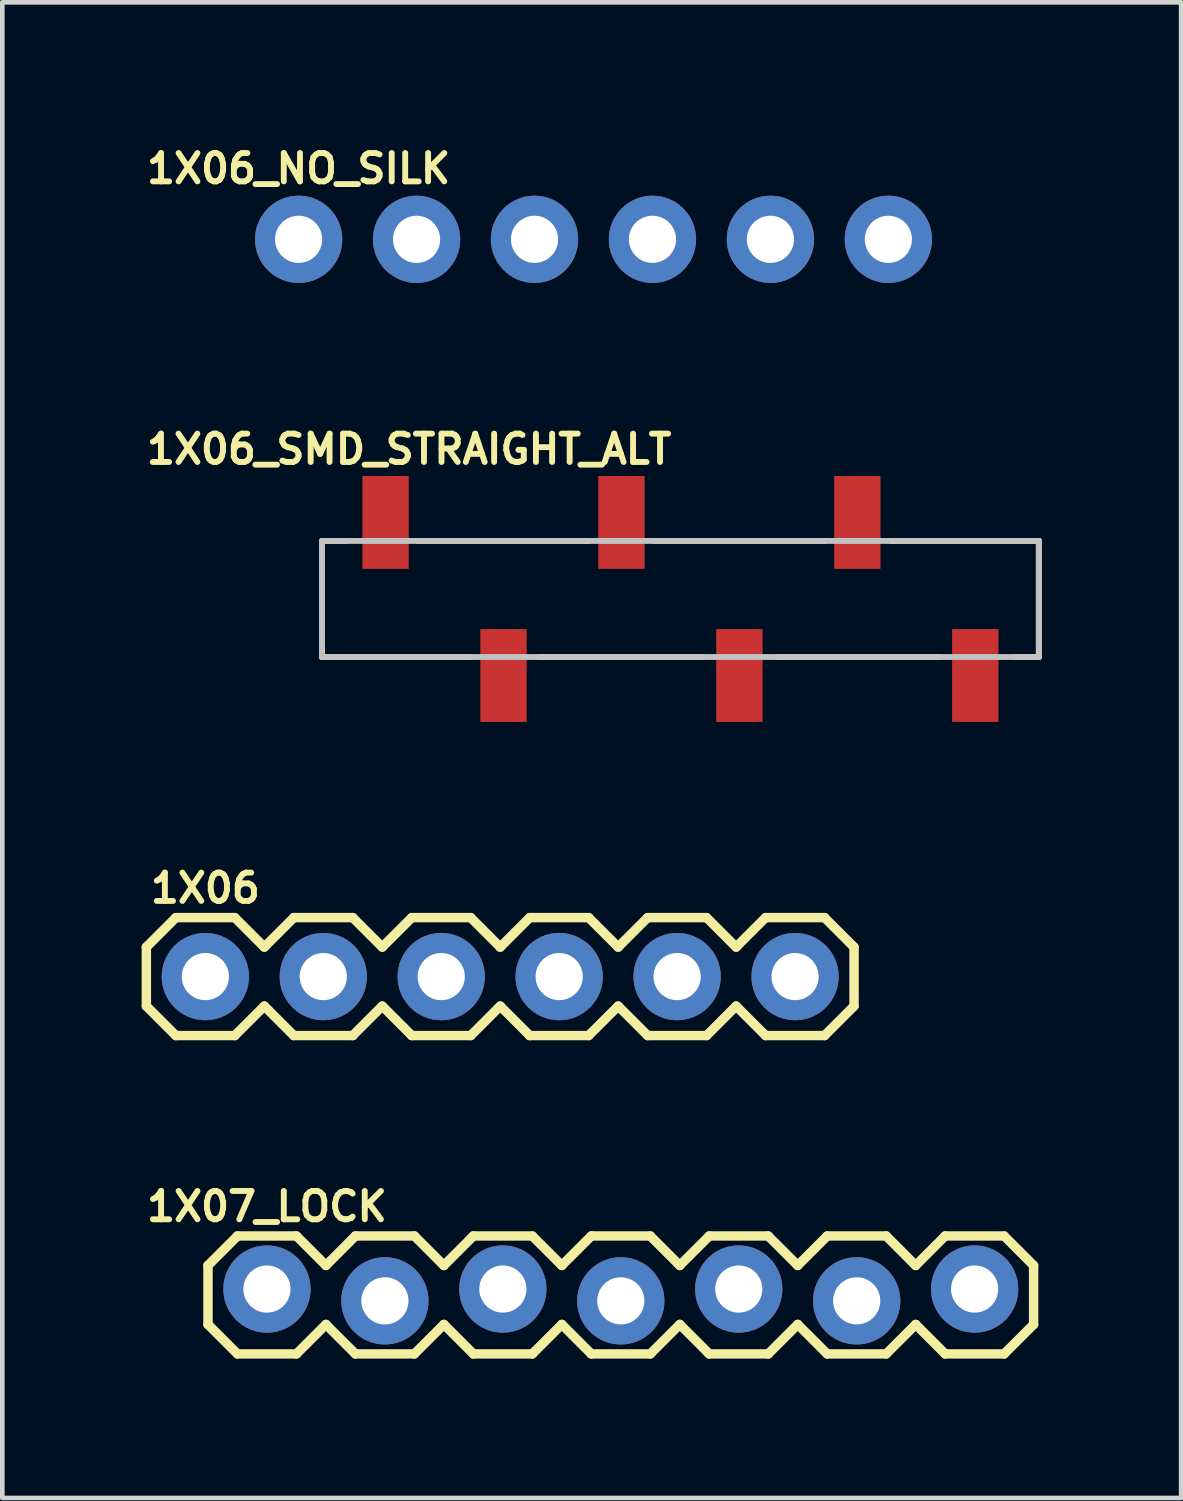
<source format=kicad_pcb>
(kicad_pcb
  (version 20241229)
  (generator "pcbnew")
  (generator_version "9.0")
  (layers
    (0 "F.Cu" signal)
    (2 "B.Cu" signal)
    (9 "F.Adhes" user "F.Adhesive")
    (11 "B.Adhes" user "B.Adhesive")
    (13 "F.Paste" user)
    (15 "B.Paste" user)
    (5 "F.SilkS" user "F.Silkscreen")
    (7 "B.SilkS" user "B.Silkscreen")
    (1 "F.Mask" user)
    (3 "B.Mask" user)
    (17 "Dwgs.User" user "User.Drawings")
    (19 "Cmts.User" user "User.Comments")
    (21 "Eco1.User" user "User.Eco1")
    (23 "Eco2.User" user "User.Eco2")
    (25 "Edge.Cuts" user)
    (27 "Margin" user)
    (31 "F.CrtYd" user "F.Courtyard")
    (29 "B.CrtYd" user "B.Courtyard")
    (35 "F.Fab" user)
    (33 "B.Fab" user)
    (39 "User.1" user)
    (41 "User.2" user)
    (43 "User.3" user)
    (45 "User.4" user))
  (footprint "1X06"
    (layer "F.Cu")
    (at 1.372 17.981)
    (property "Reference" "1X06" (at 0 -1.905 0) (layer "F.SilkS") (effects (font (size 0.61 0.61) (thickness 0.127))))
    (attr exclude_from_pos_files exclude_from_bom)
    (fp_line (start -1.27 -0.635) (end -1.27 0.635) (stroke (width 0.203) (type solid)) (layer "F.SilkS"))
    (fp_line (start -1.27 0.635) (end -0.635 1.27) (stroke (width 0.203) (type solid)) (layer "F.SilkS"))
    (fp_line (start -0.635 -1.27) (end -1.27 -0.635) (stroke (width 0.203) (type solid)) (layer "F.SilkS"))
    (fp_line (start -0.635 -1.27) (end 0.635 -1.27) (stroke (width 0.203) (type solid)) (layer "F.SilkS"))
    (fp_line (start 0.635 -1.27) (end 1.27 -0.635) (stroke (width 0.203) (type solid)) (layer "F.SilkS"))
    (fp_line (start 0.635 1.27) (end -0.635 1.27) (stroke (width 0.203) (type solid)) (layer "F.SilkS"))
    (fp_line (start 1.27 -0.635) (end 1.905 -1.27) (stroke (width 0.203) (type solid)) (layer "F.SilkS"))
    (fp_line (start 1.27 0.635) (end 0.635 1.27) (stroke (width 0.203) (type solid)) (layer "F.SilkS"))
    (fp_line (start 1.905 -1.27) (end 3.175 -1.27) (stroke (width 0.203) (type solid)) (layer "F.SilkS"))
    (fp_line (start 1.905 1.27) (end 1.27 0.635) (stroke (width 0.203) (type solid)) (layer "F.SilkS"))
    (fp_line (start 3.175 -1.27) (end 3.81 -0.635) (stroke (width 0.203) (type solid)) (layer "F.SilkS"))
    (fp_line (start 3.175 1.27) (end 1.905 1.27) (stroke (width 0.203) (type solid)) (layer "F.SilkS"))
    (fp_line (start 3.81 -0.635) (end 4.445 -1.27) (stroke (width 0.203) (type solid)) (layer "F.SilkS"))
    (fp_line (start 3.81 0.635) (end 3.175 1.27) (stroke (width 0.203) (type solid)) (layer "F.SilkS"))
    (fp_line (start 4.445 -1.27) (end 5.715 -1.27) (stroke (width 0.203) (type solid)) (layer "F.SilkS"))
    (fp_line (start 4.445 1.27) (end 3.81 0.635) (stroke (width 0.203) (type solid)) (layer "F.SilkS"))
    (fp_line (start 5.715 -1.27) (end 6.35 -0.635) (stroke (width 0.203) (type solid)) (layer "F.SilkS"))
    (fp_line (start 5.715 1.27) (end 4.445 1.27) (stroke (width 0.203) (type solid)) (layer "F.SilkS"))
    (fp_line (start 6.35 0.635) (end 5.715 1.27) (stroke (width 0.203) (type solid)) (layer "F.SilkS"))
    (fp_line (start 6.35 0.635) (end 6.985 1.27) (stroke (width 0.203) (type solid)) (layer "F.SilkS"))
    (fp_line (start 6.985 -1.27) (end 6.35 -0.635) (stroke (width 0.203) (type solid)) (layer "F.SilkS"))
    (fp_line (start 6.985 -1.27) (end 8.255 -1.27) (stroke (width 0.203) (type solid)) (layer "F.SilkS"))
    (fp_line (start 8.255 -1.27) (end 8.89 -0.635) (stroke (width 0.203) (type solid)) (layer "F.SilkS"))
    (fp_line (start 8.255 1.27) (end 6.985 1.27) (stroke (width 0.203) (type solid)) (layer "F.SilkS"))
    (fp_line (start 8.89 -0.635) (end 9.525 -1.27) (stroke (width 0.203) (type solid)) (layer "F.SilkS"))
    (fp_line (start 8.89 0.635) (end 8.255 1.27) (stroke (width 0.203) (type solid)) (layer "F.SilkS"))
    (fp_line (start 9.525 -1.27) (end 10.795 -1.27) (stroke (width 0.203) (type solid)) (layer "F.SilkS"))
    (fp_line (start 9.525 1.27) (end 8.89 0.635) (stroke (width 0.203) (type solid)) (layer "F.SilkS"))
    (fp_line (start 10.795 -1.27) (end 11.43 -0.635) (stroke (width 0.203) (type solid)) (layer "F.SilkS"))
    (fp_line (start 10.795 1.27) (end 9.525 1.27) (stroke (width 0.203) (type solid)) (layer "F.SilkS"))
    (fp_line (start 11.43 -0.635) (end 12.065 -1.27) (stroke (width 0.203) (type solid)) (layer "F.SilkS"))
    (fp_line (start 11.43 0.635) (end 10.795 1.27) (stroke (width 0.203) (type solid)) (layer "F.SilkS"))
    (fp_line (start 12.065 -1.27) (end 13.335 -1.27) (stroke (width 0.203) (type solid)) (layer "F.SilkS"))
    (fp_line (start 12.065 1.27) (end 11.43 0.635) (stroke (width 0.203) (type solid)) (layer "F.SilkS"))
    (fp_line (start 13.335 -1.27) (end 13.97 -0.635) (stroke (width 0.203) (type solid)) (layer "F.SilkS"))
    (fp_line (start 13.335 1.27) (end 12.065 1.27) (stroke (width 0.203) (type solid)) (layer "F.SilkS"))
    (fp_line (start 13.97 -0.635) (end 13.97 0.635) (stroke (width 0.203) (type solid)) (layer "F.SilkS"))
    (fp_line (start 13.97 0.635) (end 13.335 1.27) (stroke (width 0.203) (type solid)) (layer "F.SilkS"))
    (pad "1" thru_hole circle (at 0 0) (size 1.88 1.88) (drill 1.016) (layers "*.Cu" "*.Paste" "*.Mask"))
    (pad "2" thru_hole circle (at 2.54 0) (size 1.88 1.88) (drill 1.016) (layers "*.Cu" "*.Paste" "*.Mask"))
    (pad "3" thru_hole circle (at 5.08 0) (size 1.88 1.88) (drill 1.016) (layers "*.Cu" "*.Paste" "*.Mask"))
    (pad "4" thru_hole circle (at 7.62 0) (size 1.88 1.88) (drill 1.016) (layers "*.Cu" "*.Paste" "*.Mask"))
    (pad "5" thru_hole circle (at 10.16 0) (size 1.88 1.88) (drill 1.016) (layers "*.Cu" "*.Paste" "*.Mask"))
    (pad "6" thru_hole circle (at 12.7 0) (size 1.88 1.88) (drill 1.016) (layers "*.Cu" "*.Paste" "*.Mask")))
  (footprint "1X07_LOCK"
    (layer "F.Cu")
    (at 2.699 24.837)
    (property "Reference" "1X07_LOCK" (at 0 -1.905 0) (layer "F.SilkS") (effects (font (size 0.61 0.61) (thickness 0.127))))
    (attr exclude_from_pos_files exclude_from_bom)
    (fp_line (start -1.27 -0.635) (end -1.27 0.635) (stroke (width 0.203) (type solid)) (layer "F.SilkS"))
    (fp_line (start -1.27 0.635) (end -0.635 1.27) (stroke (width 0.203) (type solid)) (layer "F.SilkS"))
    (fp_line (start -0.635 -1.27) (end -1.27 -0.635) (stroke (width 0.203) (type solid)) (layer "F.SilkS"))
    (fp_line (start -0.635 -1.27) (end 0.635 -1.27) (stroke (width 0.203) (type solid)) (layer "F.SilkS"))
    (fp_line (start 0.635 -1.27) (end 1.27 -0.635) (stroke (width 0.203) (type solid)) (layer "F.SilkS"))
    (fp_line (start 0.635 1.27) (end -0.635 1.27) (stroke (width 0.203) (type solid)) (layer "F.SilkS"))
    (fp_line (start 1.27 -0.635) (end 1.905 -1.27) (stroke (width 0.203) (type solid)) (layer "F.SilkS"))
    (fp_line (start 1.27 0.635) (end 0.635 1.27) (stroke (width 0.203) (type solid)) (layer "F.SilkS"))
    (fp_line (start 1.905 -1.27) (end 3.175 -1.27) (stroke (width 0.203) (type solid)) (layer "F.SilkS"))
    (fp_line (start 1.905 1.27) (end 1.27 0.635) (stroke (width 0.203) (type solid)) (layer "F.SilkS"))
    (fp_line (start 3.175 -1.27) (end 3.81 -0.635) (stroke (width 0.203) (type solid)) (layer "F.SilkS"))
    (fp_line (start 3.175 1.27) (end 1.905 1.27) (stroke (width 0.203) (type solid)) (layer "F.SilkS"))
    (fp_line (start 3.81 -0.635) (end 4.445 -1.27) (stroke (width 0.203) (type solid)) (layer "F.SilkS"))
    (fp_line (start 3.81 0.635) (end 3.175 1.27) (stroke (width 0.203) (type solid)) (layer "F.SilkS"))
    (fp_line (start 4.445 -1.27) (end 5.715 -1.27) (stroke (width 0.203) (type solid)) (layer "F.SilkS"))
    (fp_line (start 4.445 1.27) (end 3.81 0.635) (stroke (width 0.203) (type solid)) (layer "F.SilkS"))
    (fp_line (start 5.715 -1.27) (end 6.35 -0.635) (stroke (width 0.203) (type solid)) (layer "F.SilkS"))
    (fp_line (start 5.715 1.27) (end 4.445 1.27) (stroke (width 0.203) (type solid)) (layer "F.SilkS"))
    (fp_line (start 6.35 0.635) (end 5.715 1.27) (stroke (width 0.203) (type solid)) (layer "F.SilkS"))
    (fp_line (start 6.35 0.635) (end 6.985 1.27) (stroke (width 0.203) (type solid)) (layer "F.SilkS"))
    (fp_line (start 6.985 -1.27) (end 6.35 -0.635) (stroke (width 0.203) (type solid)) (layer "F.SilkS"))
    (fp_line (start 6.985 -1.27) (end 8.255 -1.27) (stroke (width 0.203) (type solid)) (layer "F.SilkS"))
    (fp_line (start 8.255 -1.27) (end 8.89 -0.635) (stroke (width 0.203) (type solid)) (layer "F.SilkS"))
    (fp_line (start 8.255 1.27) (end 6.985 1.27) (stroke (width 0.203) (type solid)) (layer "F.SilkS"))
    (fp_line (start 8.89 -0.635) (end 9.525 -1.27) (stroke (width 0.203) (type solid)) (layer "F.SilkS"))
    (fp_line (start 8.89 0.635) (end 8.255 1.27) (stroke (width 0.203) (type solid)) (layer "F.SilkS"))
    (fp_line (start 9.525 -1.27) (end 10.795 -1.27) (stroke (width 0.203) (type solid)) (layer "F.SilkS"))
    (fp_line (start 9.525 1.27) (end 8.89 0.635) (stroke (width 0.203) (type solid)) (layer "F.SilkS"))
    (fp_line (start 10.795 -1.27) (end 11.43 -0.635) (stroke (width 0.203) (type solid)) (layer "F.SilkS"))
    (fp_line (start 10.795 1.27) (end 9.525 1.27) (stroke (width 0.203) (type solid)) (layer "F.SilkS"))
    (fp_line (start 11.43 -0.635) (end 12.065 -1.27) (stroke (width 0.203) (type solid)) (layer "F.SilkS"))
    (fp_line (start 11.43 0.635) (end 10.795 1.27) (stroke (width 0.203) (type solid)) (layer "F.SilkS"))
    (fp_line (start 12.065 -1.27) (end 13.335 -1.27) (stroke (width 0.203) (type solid)) (layer "F.SilkS"))
    (fp_line (start 12.065 1.27) (end 11.43 0.635) (stroke (width 0.203) (type solid)) (layer "F.SilkS"))
    (fp_line (start 13.335 -1.27) (end 13.97 -0.635) (stroke (width 0.203) (type solid)) (layer "F.SilkS"))
    (fp_line (start 13.335 1.27) (end 12.065 1.27) (stroke (width 0.203) (type solid)) (layer "F.SilkS"))
    (fp_line (start 13.97 0.635) (end 13.335 1.27) (stroke (width 0.203) (type solid)) (layer "F.SilkS"))
    (fp_line (start 13.97 0.635) (end 14.605 1.27) (stroke (width 0.203) (type solid)) (layer "F.SilkS"))
    (fp_line (start 14.605 -1.27) (end 13.97 -0.635) (stroke (width 0.203) (type solid)) (layer "F.SilkS"))
    (fp_line (start 14.605 -1.27) (end 15.875 -1.27) (stroke (width 0.203) (type solid)) (layer "F.SilkS"))
    (fp_line (start 15.875 -1.27) (end 16.51 -0.635) (stroke (width 0.203) (type solid)) (layer "F.SilkS"))
    (fp_line (start 15.875 1.27) (end 14.605 1.27) (stroke (width 0.203) (type solid)) (layer "F.SilkS"))
    (fp_line (start 16.51 -0.635) (end 16.51 0.635) (stroke (width 0.203) (type solid)) (layer "F.SilkS"))
    (fp_line (start 16.51 0.635) (end 15.875 1.27) (stroke (width 0.203) (type solid)) (layer "F.SilkS"))
    (pad "1" thru_hole circle (at 0 -0.127) (size 1.88 1.88) (drill 1.016) (layers "*.Cu" "*.Paste" "*.Mask"))
    (pad "2" thru_hole circle (at 2.54 0.127) (size 1.88 1.88) (drill 1.016) (layers "*.Cu" "*.Paste" "*.Mask"))
    (pad "3" thru_hole circle (at 5.08 -0.127) (size 1.88 1.88) (drill 1.016) (layers "*.Cu" "*.Paste" "*.Mask"))
    (pad "4" thru_hole circle (at 7.62 0.127) (size 1.88 1.88) (drill 1.016) (layers "*.Cu" "*.Paste" "*.Mask"))
    (pad "5" thru_hole circle (at 10.16 -0.127) (size 1.88 1.88) (drill 1.016) (layers "*.Cu" "*.Paste" "*.Mask"))
    (pad "6" thru_hole circle (at 12.7 0.127) (size 1.88 1.88) (drill 1.016) (layers "*.Cu" "*.Paste" "*.Mask"))
    (pad "7" thru_hole circle (at 15.24 -0.127) (size 1.88 1.88) (drill 1.016) (layers "*.Cu" "*.Paste" "*.Mask")))
  (footprint "1X06_SMD_STRAIGHT_ALT"
    (layer "F.Cu")
    (at 17.953 9.849)
    (property "Reference" "1X06_SMD_STRAIGHT_ALT" (at -12.192 -3.226 0) (layer "F.SilkS") (effects (font (size 0.61 0.61) (thickness 0.127))))
    (attr smd)
    (fp_line (start -14.069 -1.25) (end -14.069 1.25) (stroke (width 0.127) (type solid)) (layer "F.SilkS"))
    (fp_line (start -14.069 1.25) (end -10.881 1.25) (stroke (width 0.127) (type solid)) (layer "F.SilkS"))
    (fp_line (start -13.548 -1.25) (end -14.069 -1.25) (stroke (width 0.127) (type solid)) (layer "F.SilkS"))
    (fp_line (start -9.37 1.25) (end -5.867 1.25) (stroke (width 0.127) (type solid)) (layer "F.SilkS"))
    (fp_line (start -8.321 -1.25) (end -11.996 -1.25) (stroke (width 0.127) (type solid)) (layer "F.SilkS"))
    (fp_line (start -4.29 1.25) (end -0.787 1.25) (stroke (width 0.127) (type solid)) (layer "F.SilkS"))
    (fp_line (start -3.241 -1.25) (end -6.916 -1.25) (stroke (width 0.127) (type solid)) (layer "F.SilkS"))
    (fp_line (start 0.848 1.25) (end 1.369 1.25) (stroke (width 0.127) (type solid)) (layer "F.SilkS"))
    (fp_line (start 1.369 -1.25) (end -1.816 -1.25) (stroke (width 0.127) (type solid)) (layer "F.SilkS"))
    (fp_line (start 1.369 1.25) (end 1.369 -1.25) (stroke (width 0.127) (type solid)) (layer "F.SilkS"))
    (fp_line (start -14.069 -1.25) (end -14.069 1.25) (stroke (width 0.127) (type solid)) (layer "Dwgs.User"))
    (fp_line (start -14.069 1.25) (end 1.369 1.25) (stroke (width 0.127) (type solid)) (layer "Dwgs.User"))
    (fp_line (start 1.369 -1.25) (end -14.069 -1.25) (stroke (width 0.127) (type solid)) (layer "Dwgs.User"))
    (fp_line (start 1.369 1.25) (end 1.369 -1.25) (stroke (width 0.127) (type solid)) (layer "Dwgs.User"))
    (pad "1" smd rect (at 0 1.648 270) (size 1.999 0.998) (layers "F.Cu" "F.Mask" "F.Paste"))
    (pad "2" smd rect (at -2.54 -1.648 270) (size 1.999 0.998) (layers "F.Cu" "F.Mask" "F.Paste"))
    (pad "3" smd rect (at -5.08 1.648 270) (size 1.999 0.998) (layers "F.Cu" "F.Mask" "F.Paste"))
    (pad "4" smd rect (at -7.62 -1.648 270) (size 1.999 0.998) (layers "F.Cu" "F.Mask" "F.Paste"))
    (pad "5" smd rect (at -10.16 1.648 270) (size 1.999 0.998) (layers "F.Cu" "F.Mask" "F.Paste"))
    (pad "6" smd rect (at -12.7 -1.648 270) (size 1.999 0.998) (layers "F.Cu" "F.Mask" "F.Paste")))
  (footprint "1X06_NO_SILK"
    (layer "F.Cu")
    (at 3.381 2.104)
    (property "Reference" "1X06_NO_SILK" (at 0 -1.524 0) (layer "F.SilkS") (effects (font (size 0.61 0.61) (thickness 0.127))))
    (attr exclude_from_pos_files exclude_from_bom)
    (pad "1" thru_hole circle (at 0 0) (size 1.88 1.88) (drill 1.016) (layers "*.Cu" "*.Paste" "*.Mask"))
    (pad "2" thru_hole circle (at 2.54 0) (size 1.88 1.88) (drill 1.016) (layers "*.Cu" "*.Paste" "*.Mask"))
    (pad "3" thru_hole circle (at 5.08 0) (size 1.88 1.88) (drill 1.016) (layers "*.Cu" "*.Paste" "*.Mask"))
    (pad "4" thru_hole circle (at 7.62 0) (size 1.88 1.88) (drill 1.016) (layers "*.Cu" "*.Paste" "*.Mask"))
    (pad "5" thru_hole circle (at 10.16 0) (size 1.88 1.88) (drill 1.016) (layers "*.Cu" "*.Paste" "*.Mask"))
    (pad "6" thru_hole circle (at 12.7 0) (size 1.88 1.88) (drill 1.016) (layers "*.Cu" "*.Paste" "*.Mask")))
  (gr_rect
    (start -3 -3)
    (end 22.386 29.209)
    (stroke (width 0.1) (type default))
    (fill no)
    (layer "Edge.Cuts")))
</source>
